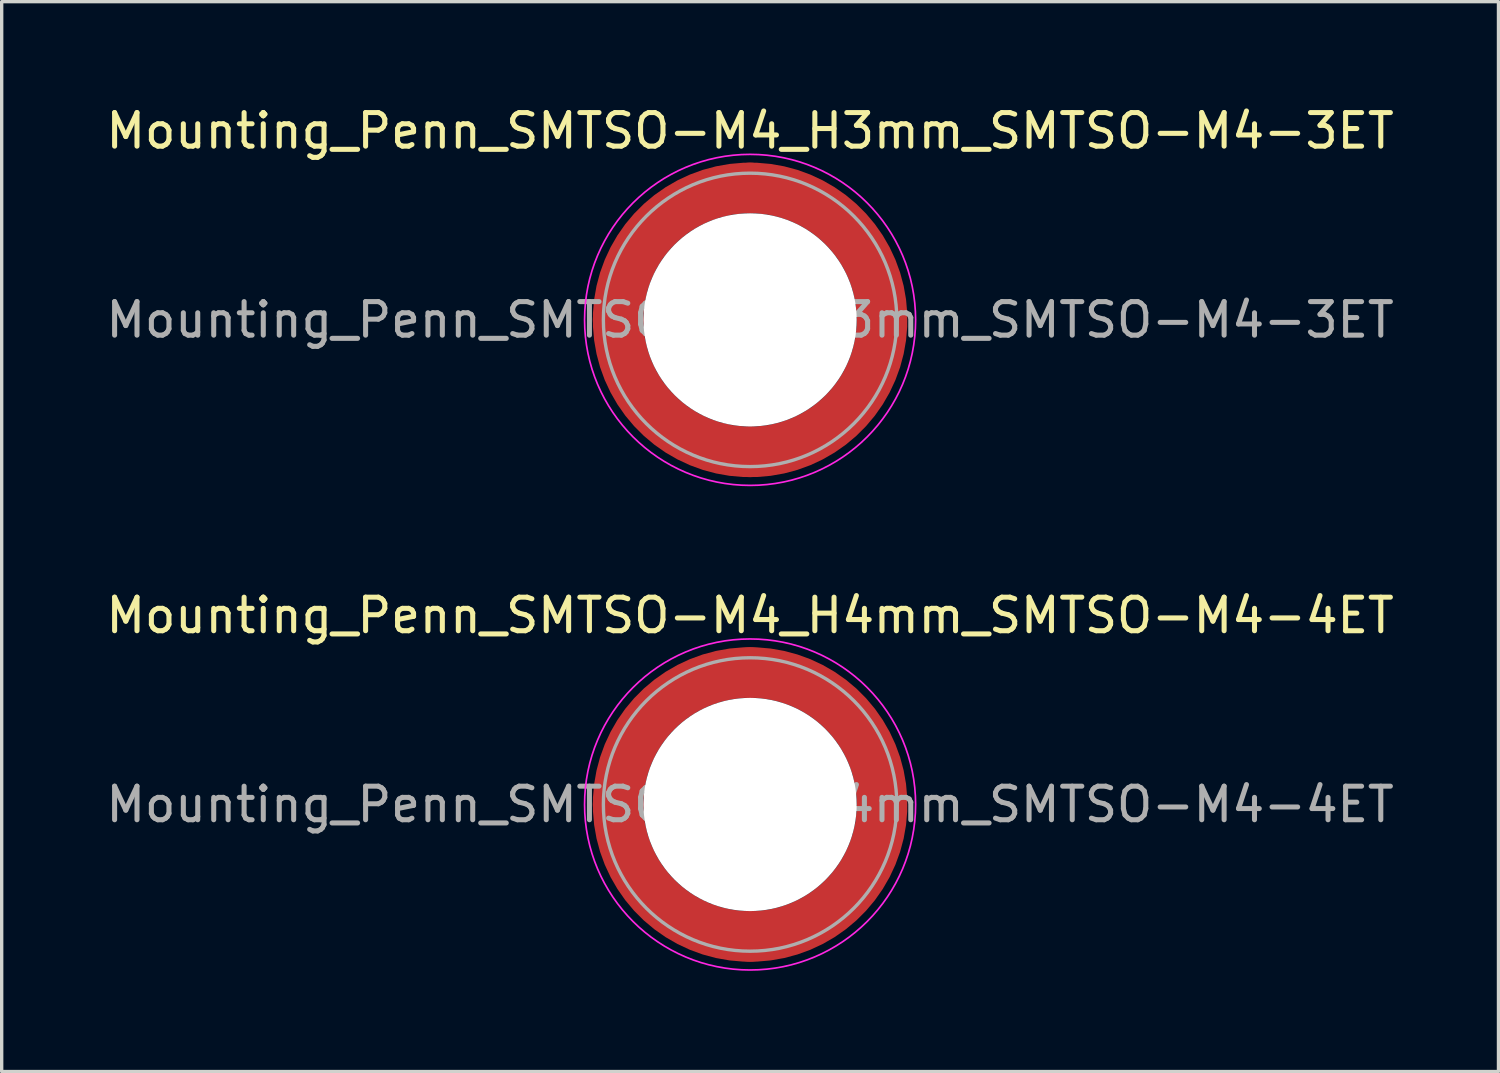
<source format=kicad_pcb>
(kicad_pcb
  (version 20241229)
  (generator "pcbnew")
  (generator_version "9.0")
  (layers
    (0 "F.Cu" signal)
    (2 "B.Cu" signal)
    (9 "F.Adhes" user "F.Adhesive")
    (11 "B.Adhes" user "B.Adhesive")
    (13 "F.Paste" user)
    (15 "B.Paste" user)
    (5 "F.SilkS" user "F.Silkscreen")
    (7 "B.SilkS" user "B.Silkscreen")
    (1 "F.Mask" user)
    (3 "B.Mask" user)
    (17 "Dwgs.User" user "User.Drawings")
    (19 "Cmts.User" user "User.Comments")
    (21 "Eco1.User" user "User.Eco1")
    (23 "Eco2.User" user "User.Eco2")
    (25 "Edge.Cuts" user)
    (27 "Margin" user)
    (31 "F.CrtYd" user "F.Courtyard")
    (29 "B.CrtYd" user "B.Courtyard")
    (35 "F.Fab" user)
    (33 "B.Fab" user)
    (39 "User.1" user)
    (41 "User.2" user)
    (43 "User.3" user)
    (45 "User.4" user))
  (footprint "Mounting_Penn_SMTSO-M4_H3mm_SMTSO-M4-3ET"
    (layer "F.Cu")
    (at 19.292 6.478)
    (property "Reference" "Mounting_Penn_SMTSO-M4_H3mm_SMTSO-M4-3ET" (at 0 -5.63 0) (layer "F.SilkS") (effects (font (size 1 1) (thickness 0.15))))
    (attr smd)
    (fp_circle (center 0 0) (end 4.93 0) (stroke (width 0.05) (type solid)) (fill no) (layer "F.CrtYd"))
    (fp_circle (center 0 0) (end 4.37 0) (stroke (width 0.1) (type solid)) (fill no) (layer "F.Fab"))
    (fp_text user "${REFERENCE}" (at 0 0 0) (layer "F.Fab") (effects (font (size 1 1) (thickness 0.15))))
    (pad "" smd custom (at -2.779 -2.779) (size 0.655 0.655) (layers "F.Paste") (options (anchor circle)) (primitives (gr_arc (start -0.582711 2.47893) (mid 0.392444 0.392444) (end 2.47893 -0.582711) (width 0.2)) (gr_arc (start -0.675568 2.47893) (mid 0.327037 0.327037) (end 2.47893 -0.675568) (width 0.2)) (gr_arc (start -0.768407 2.47893) (mid 0.26163 0.26163) (end 2.47893 -0.768407) (width 0.2)) (gr_arc (start -0.861229 2.47893) (mid 0.196222 0.196222) (end 2.47893 -0.861229) (width 0.2)) (gr_arc (start -0.954035 2.47893) (mid 0.130815 0.130815) (end 2.47893 -0.954035) (width 0.2)) (gr_arc (start -1.046826 2.47893) (mid 0.065407 0.065407) (end 2.47893 -1.046826) (width 0.2)) (gr_arc (start -1.139603 2.47893) (mid 0 0) (end 2.47893 -1.139603) (width 0.2)) (gr_arc (start -1.232368 2.47893) (mid -0.065408 -0.065408) (end 2.47893 -1.232368) (width 0.2)) (gr_arc (start -1.32512 2.47893) (mid -0.130815 -0.130815) (end 2.47893 -1.32512) (width 0.2)) (gr_arc (start -1.417862 2.47893) (mid -0.196222 -0.196222) (end 2.47893 -1.417862) (width 0.2)) (gr_arc (start -1.510592 2.47893) (mid -0.261629 -0.261629) (end 2.47893 -1.510592) (width 0.2)) (gr_arc (start -1.603314 2.47893) (mid -0.327037 -0.327037) (end 2.47893 -1.603314) (width 0.2)) (gr_arc (start -1.696026 2.47893) (mid -0.392444 -0.392444) (end 2.47893 -1.696026) (width 0.2)) (gr_arc (start -1.696026 2.47893) (mid -0.392444 -0.392444) (end 2.47893 -1.696026) (width 0.2)) (gr_line (start 2.479 -0.583) (end 2.479 -1.696) (width 0.2)) (gr_line (start -0.583 2.479) (end -1.696 2.479) (width 0.2))))
    (pad "" smd custom (at -2.779 2.779) (size 0.655 0.655) (layers "F.Paste") (options (anchor circle)) (primitives (gr_arc (start 2.47893 0.582711) (mid 0.392444 -0.392444) (end -0.582711 -2.47893) (width 0.2)) (gr_arc (start 2.47893 0.675568) (mid 0.327037 -0.327037) (end -0.675568 -2.47893) (width 0.2)) (gr_arc (start 2.47893 0.768407) (mid 0.26163 -0.26163) (end -0.768407 -2.47893) (width 0.2)) (gr_arc (start 2.47893 0.861229) (mid 0.196222 -0.196222) (end -0.861229 -2.47893) (width 0.2)) (gr_arc (start 2.47893 0.954035) (mid 0.130815 -0.130815) (end -0.954035 -2.47893) (width 0.2)) (gr_arc (start 2.47893 1.046826) (mid 0.065407 -0.065407) (end -1.046826 -2.47893) (width 0.2)) (gr_arc (start 2.47893 1.139603) (mid 0 0) (end -1.139603 -2.47893) (width 0.2)) (gr_arc (start 2.47893 1.232368) (mid -0.065408 0.065408) (end -1.232368 -2.47893) (width 0.2)) (gr_arc (start 2.47893 1.32512) (mid -0.130815 0.130815) (end -1.32512 -2.47893) (width 0.2)) (gr_arc (start 2.47893 1.417862) (mid -0.196222 0.196222) (end -1.417862 -2.47893) (width 0.2)) (gr_arc (start 2.47893 1.510592) (mid -0.261629 0.261629) (end -1.510592 -2.47893) (width 0.2)) (gr_arc (start 2.47893 1.603314) (mid -0.327037 0.327037) (end -1.603314 -2.47893) (width 0.2)) (gr_arc (start 2.47893 1.696026) (mid -0.392444 0.392444) (end -1.696026 -2.47893) (width 0.2)) (gr_arc (start 2.47893 1.696026) (mid -0.392444 0.392444) (end -1.696026 -2.47893) (width 0.2)) (gr_line (start -0.583 -2.479) (end -1.696 -2.479) (width 0.2)) (gr_line (start 2.479 0.583) (end 2.479 1.696) (width 0.2))))
    (pad "" np_thru_hole circle (at 0 0) (size 6.35 6.35) (drill 6.35) (layers "*.Cu" "*.Mask"))
    (pad "" smd custom (at 2.779 -2.779) (size 0.655 0.655) (layers "F.Paste") (options (anchor circle)) (primitives (gr_arc (start -2.47893 -0.582711) (mid -0.392444 0.392444) (end 0.582711 2.47893) (width 0.2)) (gr_arc (start -2.47893 -0.675568) (mid -0.327037 0.327037) (end 0.675568 2.47893) (width 0.2)) (gr_arc (start -2.47893 -0.768407) (mid -0.26163 0.26163) (end 0.768407 2.47893) (width 0.2)) (gr_arc (start -2.47893 -0.861229) (mid -0.196222 0.196222) (end 0.861229 2.47893) (width 0.2)) (gr_arc (start -2.47893 -0.954035) (mid -0.130815 0.130815) (end 0.954035 2.47893) (width 0.2)) (gr_arc (start -2.47893 -1.046826) (mid -0.065407 0.065407) (end 1.046826 2.47893) (width 0.2)) (gr_arc (start -2.47893 -1.139603) (mid 0 0) (end 1.139603 2.47893) (width 0.2)) (gr_arc (start -2.47893 -1.232368) (mid 0.065408 -0.065408) (end 1.232368 2.47893) (width 0.2)) (gr_arc (start -2.47893 -1.32512) (mid 0.130815 -0.130815) (end 1.32512 2.47893) (width 0.2)) (gr_arc (start -2.47893 -1.417862) (mid 0.196222 -0.196222) (end 1.417862 2.47893) (width 0.2)) (gr_arc (start -2.47893 -1.510592) (mid 0.261629 -0.261629) (end 1.510592 2.47893) (width 0.2)) (gr_arc (start -2.47893 -1.603314) (mid 0.327037 -0.327037) (end 1.603314 2.47893) (width 0.2)) (gr_arc (start -2.47893 -1.696026) (mid 0.392444 -0.392444) (end 1.696026 2.47893) (width 0.2)) (gr_arc (start -2.47893 -1.696026) (mid 0.392444 -0.392444) (end 1.696026 2.47893) (width 0.2)) (gr_line (start 0.583 2.479) (end 1.696 2.479) (width 0.2)) (gr_line (start -2.479 -0.583) (end -2.479 -1.696) (width 0.2))))
    (pad "" smd custom (at 2.779 2.779) (size 0.655 0.655) (layers "F.Paste") (options (anchor circle)) (primitives (gr_arc (start 0.582711 -2.47893) (mid -0.392444 -0.392444) (end -2.47893 0.582711) (width 0.2)) (gr_arc (start 0.675568 -2.47893) (mid -0.327037 -0.327037) (end -2.47893 0.675568) (width 0.2)) (gr_arc (start 0.768407 -2.47893) (mid -0.26163 -0.26163) (end -2.47893 0.768407) (width 0.2)) (gr_arc (start 0.861229 -2.47893) (mid -0.196222 -0.196222) (end -2.47893 0.861229) (width 0.2)) (gr_arc (start 0.954035 -2.47893) (mid -0.130815 -0.130815) (end -2.47893 0.954035) (width 0.2)) (gr_arc (start 1.046826 -2.47893) (mid -0.065407 -0.065407) (end -2.47893 1.046826) (width 0.2)) (gr_arc (start 1.139603 -2.47893) (mid 0 0) (end -2.47893 1.139603) (width 0.2)) (gr_arc (start 1.232368 -2.47893) (mid 0.065408 0.065408) (end -2.47893 1.232368) (width 0.2)) (gr_arc (start 1.32512 -2.47893) (mid 0.130815 0.130815) (end -2.47893 1.32512) (width 0.2)) (gr_arc (start 1.417862 -2.47893) (mid 0.196222 0.196222) (end -2.47893 1.417862) (width 0.2)) (gr_arc (start 1.510592 -2.47893) (mid 0.261629 0.261629) (end -2.47893 1.510592) (width 0.2)) (gr_arc (start 1.603314 -2.47893) (mid 0.327037 0.327037) (end -2.47893 1.603314) (width 0.2)) (gr_arc (start 1.696026 -2.47893) (mid 0.392444 0.392444) (end -2.47893 1.696026) (width 0.2)) (gr_arc (start 1.696026 -2.47893) (mid 0.392444 0.392444) (end -2.47893 1.696026) (width 0.2)) (gr_line (start -2.479 0.583) (end -2.479 1.696) (width 0.2)) (gr_line (start 0.583 -2.479) (end 1.696 -2.479) (width 0.2))))
    (pad "1" smd circle (at -3.93 0) (size 1.51 1.51) (layers "F.Cu"))
    (pad "1" smd circle (at 0 -3.93) (size 1.51 1.51) (layers "F.Cu"))
    (pad "1" smd circle (at 0 3.93) (size 1.51 1.51) (layers "F.Cu"))
    (pad "1" smd custom (at 3.93 0) (size 1.51 1.51) (layers "F.Cu" "F.Mask") (options (anchor circle)) (primitives (gr_circle (center -3.93 0) (end 0 0) (width 1.51) (fill no)))))
  (footprint "Mounting_Penn_SMTSO-M4_H4mm_SMTSO-M4-4ET"
    (layer "F.Cu")
    (at 19.292 20.912)
    (property "Reference" "Mounting_Penn_SMTSO-M4_H4mm_SMTSO-M4-4ET" (at 0 -5.63 0) (layer "F.SilkS") (effects (font (size 1 1) (thickness 0.15))))
    (attr smd)
    (fp_circle (center 0 0) (end 4.93 0) (stroke (width 0.05) (type solid)) (fill no) (layer "F.CrtYd"))
    (fp_circle (center 0 0) (end 4.37 0) (stroke (width 0.1) (type solid)) (fill no) (layer "F.Fab"))
    (fp_text user "${REFERENCE}" (at 0 0 0) (layer "F.Fab") (effects (font (size 1 1) (thickness 0.15))))
    (pad "" smd custom (at -2.779 -2.779) (size 0.655 0.655) (layers "F.Paste") (options (anchor circle)) (primitives (gr_arc (start -0.582711 2.47893) (mid 0.392444 0.392444) (end 2.47893 -0.582711) (width 0.2)) (gr_arc (start -0.675568 2.47893) (mid 0.327037 0.327037) (end 2.47893 -0.675568) (width 0.2)) (gr_arc (start -0.768407 2.47893) (mid 0.26163 0.26163) (end 2.47893 -0.768407) (width 0.2)) (gr_arc (start -0.861229 2.47893) (mid 0.196222 0.196222) (end 2.47893 -0.861229) (width 0.2)) (gr_arc (start -0.954035 2.47893) (mid 0.130815 0.130815) (end 2.47893 -0.954035) (width 0.2)) (gr_arc (start -1.046826 2.47893) (mid 0.065407 0.065407) (end 2.47893 -1.046826) (width 0.2)) (gr_arc (start -1.139603 2.47893) (mid 0 0) (end 2.47893 -1.139603) (width 0.2)) (gr_arc (start -1.232368 2.47893) (mid -0.065408 -0.065408) (end 2.47893 -1.232368) (width 0.2)) (gr_arc (start -1.32512 2.47893) (mid -0.130815 -0.130815) (end 2.47893 -1.32512) (width 0.2)) (gr_arc (start -1.417862 2.47893) (mid -0.196222 -0.196222) (end 2.47893 -1.417862) (width 0.2)) (gr_arc (start -1.510592 2.47893) (mid -0.261629 -0.261629) (end 2.47893 -1.510592) (width 0.2)) (gr_arc (start -1.603314 2.47893) (mid -0.327037 -0.327037) (end 2.47893 -1.603314) (width 0.2)) (gr_arc (start -1.696026 2.47893) (mid -0.392444 -0.392444) (end 2.47893 -1.696026) (width 0.2)) (gr_arc (start -1.696026 2.47893) (mid -0.392444 -0.392444) (end 2.47893 -1.696026) (width 0.2)) (gr_line (start 2.479 -0.583) (end 2.479 -1.696) (width 0.2)) (gr_line (start -0.583 2.479) (end -1.696 2.479) (width 0.2))))
    (pad "" smd custom (at -2.779 2.779) (size 0.655 0.655) (layers "F.Paste") (options (anchor circle)) (primitives (gr_arc (start 2.47893 0.582711) (mid 0.392444 -0.392444) (end -0.582711 -2.47893) (width 0.2)) (gr_arc (start 2.47893 0.675568) (mid 0.327037 -0.327037) (end -0.675568 -2.47893) (width 0.2)) (gr_arc (start 2.47893 0.768407) (mid 0.26163 -0.26163) (end -0.768407 -2.47893) (width 0.2)) (gr_arc (start 2.47893 0.861229) (mid 0.196222 -0.196222) (end -0.861229 -2.47893) (width 0.2)) (gr_arc (start 2.47893 0.954035) (mid 0.130815 -0.130815) (end -0.954035 -2.47893) (width 0.2)) (gr_arc (start 2.47893 1.046826) (mid 0.065407 -0.065407) (end -1.046826 -2.47893) (width 0.2)) (gr_arc (start 2.47893 1.139603) (mid 0 0) (end -1.139603 -2.47893) (width 0.2)) (gr_arc (start 2.47893 1.232368) (mid -0.065408 0.065408) (end -1.232368 -2.47893) (width 0.2)) (gr_arc (start 2.47893 1.32512) (mid -0.130815 0.130815) (end -1.32512 -2.47893) (width 0.2)) (gr_arc (start 2.47893 1.417862) (mid -0.196222 0.196222) (end -1.417862 -2.47893) (width 0.2)) (gr_arc (start 2.47893 1.510592) (mid -0.261629 0.261629) (end -1.510592 -2.47893) (width 0.2)) (gr_arc (start 2.47893 1.603314) (mid -0.327037 0.327037) (end -1.603314 -2.47893) (width 0.2)) (gr_arc (start 2.47893 1.696026) (mid -0.392444 0.392444) (end -1.696026 -2.47893) (width 0.2)) (gr_arc (start 2.47893 1.696026) (mid -0.392444 0.392444) (end -1.696026 -2.47893) (width 0.2)) (gr_line (start -0.583 -2.479) (end -1.696 -2.479) (width 0.2)) (gr_line (start 2.479 0.583) (end 2.479 1.696) (width 0.2))))
    (pad "" np_thru_hole circle (at 0 0) (size 6.35 6.35) (drill 6.35) (layers "*.Cu" "*.Mask"))
    (pad "" smd custom (at 2.779 -2.779) (size 0.655 0.655) (layers "F.Paste") (options (anchor circle)) (primitives (gr_arc (start -2.47893 -0.582711) (mid -0.392444 0.392444) (end 0.582711 2.47893) (width 0.2)) (gr_arc (start -2.47893 -0.675568) (mid -0.327037 0.327037) (end 0.675568 2.47893) (width 0.2)) (gr_arc (start -2.47893 -0.768407) (mid -0.26163 0.26163) (end 0.768407 2.47893) (width 0.2)) (gr_arc (start -2.47893 -0.861229) (mid -0.196222 0.196222) (end 0.861229 2.47893) (width 0.2)) (gr_arc (start -2.47893 -0.954035) (mid -0.130815 0.130815) (end 0.954035 2.47893) (width 0.2)) (gr_arc (start -2.47893 -1.046826) (mid -0.065407 0.065407) (end 1.046826 2.47893) (width 0.2)) (gr_arc (start -2.47893 -1.139603) (mid 0 0) (end 1.139603 2.47893) (width 0.2)) (gr_arc (start -2.47893 -1.232368) (mid 0.065408 -0.065408) (end 1.232368 2.47893) (width 0.2)) (gr_arc (start -2.47893 -1.32512) (mid 0.130815 -0.130815) (end 1.32512 2.47893) (width 0.2)) (gr_arc (start -2.47893 -1.417862) (mid 0.196222 -0.196222) (end 1.417862 2.47893) (width 0.2)) (gr_arc (start -2.47893 -1.510592) (mid 0.261629 -0.261629) (end 1.510592 2.47893) (width 0.2)) (gr_arc (start -2.47893 -1.603314) (mid 0.327037 -0.327037) (end 1.603314 2.47893) (width 0.2)) (gr_arc (start -2.47893 -1.696026) (mid 0.392444 -0.392444) (end 1.696026 2.47893) (width 0.2)) (gr_arc (start -2.47893 -1.696026) (mid 0.392444 -0.392444) (end 1.696026 2.47893) (width 0.2)) (gr_line (start 0.583 2.479) (end 1.696 2.479) (width 0.2)) (gr_line (start -2.479 -0.583) (end -2.479 -1.696) (width 0.2))))
    (pad "" smd custom (at 2.779 2.779) (size 0.655 0.655) (layers "F.Paste") (options (anchor circle)) (primitives (gr_arc (start 0.582711 -2.47893) (mid -0.392444 -0.392444) (end -2.47893 0.582711) (width 0.2)) (gr_arc (start 0.675568 -2.47893) (mid -0.327037 -0.327037) (end -2.47893 0.675568) (width 0.2)) (gr_arc (start 0.768407 -2.47893) (mid -0.26163 -0.26163) (end -2.47893 0.768407) (width 0.2)) (gr_arc (start 0.861229 -2.47893) (mid -0.196222 -0.196222) (end -2.47893 0.861229) (width 0.2)) (gr_arc (start 0.954035 -2.47893) (mid -0.130815 -0.130815) (end -2.47893 0.954035) (width 0.2)) (gr_arc (start 1.046826 -2.47893) (mid -0.065407 -0.065407) (end -2.47893 1.046826) (width 0.2)) (gr_arc (start 1.139603 -2.47893) (mid 0 0) (end -2.47893 1.139603) (width 0.2)) (gr_arc (start 1.232368 -2.47893) (mid 0.065408 0.065408) (end -2.47893 1.232368) (width 0.2)) (gr_arc (start 1.32512 -2.47893) (mid 0.130815 0.130815) (end -2.47893 1.32512) (width 0.2)) (gr_arc (start 1.417862 -2.47893) (mid 0.196222 0.196222) (end -2.47893 1.417862) (width 0.2)) (gr_arc (start 1.510592 -2.47893) (mid 0.261629 0.261629) (end -2.47893 1.510592) (width 0.2)) (gr_arc (start 1.603314 -2.47893) (mid 0.327037 0.327037) (end -2.47893 1.603314) (width 0.2)) (gr_arc (start 1.696026 -2.47893) (mid 0.392444 0.392444) (end -2.47893 1.696026) (width 0.2)) (gr_arc (start 1.696026 -2.47893) (mid 0.392444 0.392444) (end -2.47893 1.696026) (width 0.2)) (gr_line (start -2.479 0.583) (end -2.479 1.696) (width 0.2)) (gr_line (start 0.583 -2.479) (end 1.696 -2.479) (width 0.2))))
    (pad "1" smd circle (at -3.93 0) (size 1.51 1.51) (layers "F.Cu"))
    (pad "1" smd circle (at 0 -3.93) (size 1.51 1.51) (layers "F.Cu"))
    (pad "1" smd circle (at 0 3.93) (size 1.51 1.51) (layers "F.Cu"))
    (pad "1" smd custom (at 3.93 0) (size 1.51 1.51) (layers "F.Cu" "F.Mask") (options (anchor circle)) (primitives (gr_circle (center -3.93 0) (end 0 0) (width 1.51) (fill no)))))
  (gr_rect
    (start -3 -3)
    (end 41.583 28.866)
    (stroke (width 0.1) (type default))
    (fill no)
    (layer "Edge.Cuts")))
</source>
